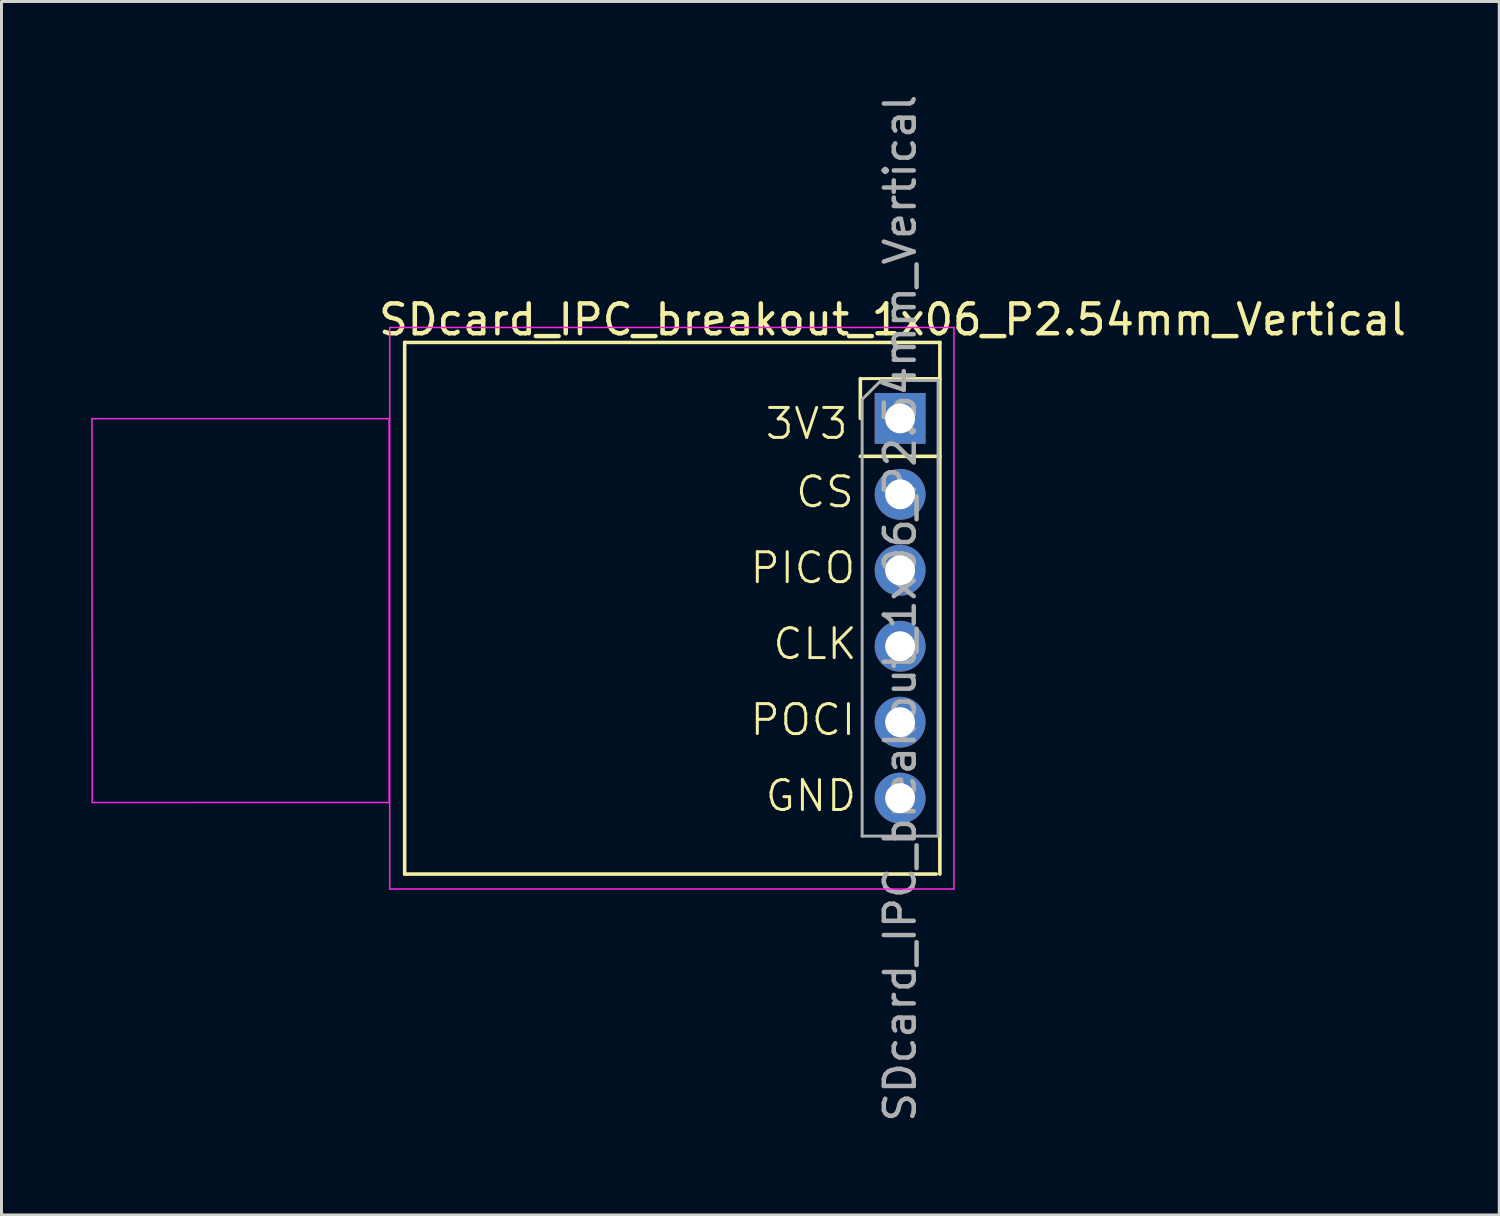
<source format=kicad_pcb>
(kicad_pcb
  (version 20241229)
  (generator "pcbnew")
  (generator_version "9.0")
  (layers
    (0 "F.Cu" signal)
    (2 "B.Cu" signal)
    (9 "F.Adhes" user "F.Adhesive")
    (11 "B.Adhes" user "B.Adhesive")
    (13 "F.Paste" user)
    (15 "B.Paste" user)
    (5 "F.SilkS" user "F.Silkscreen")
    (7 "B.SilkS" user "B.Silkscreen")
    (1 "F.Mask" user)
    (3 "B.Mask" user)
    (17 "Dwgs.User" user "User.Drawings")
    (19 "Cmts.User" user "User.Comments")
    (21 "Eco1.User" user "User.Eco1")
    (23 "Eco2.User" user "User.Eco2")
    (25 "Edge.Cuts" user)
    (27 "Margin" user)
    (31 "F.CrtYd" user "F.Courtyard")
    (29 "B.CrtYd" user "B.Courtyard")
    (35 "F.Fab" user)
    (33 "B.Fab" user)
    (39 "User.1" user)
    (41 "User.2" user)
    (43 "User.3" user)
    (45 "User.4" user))
  (footprint "SDcard_IPC_breakout_1x06_P2.54mm_Vertical"
    (layer "F.Cu")
    (at 27.053 10.942)
    (property "Reference" "SDcard_IPC_breakout_1x06_P2.54mm_Vertical" (at -0.254 -3.302 0) (layer "F.SilkS") (effects (font (size 1 1) (thickness 0.15))))
    (attr through_hole)
    (fp_line (start -16.57 -2.54) (end -16.57 15.24) (stroke (width 0.12) (type solid)) (layer "F.SilkS"))
    (fp_line (start -16.57 -2.54) (end 1.33 -2.54) (stroke (width 0.12) (type solid)) (layer "F.SilkS"))
    (fp_line (start -16.57 15.24) (end 1.21 15.24) (stroke (width 0.12) (type solid)) (layer "F.SilkS"))
    (fp_line (start -1.33 -1.33) (end 1.335 -1.334) (stroke (width 0.1) (type default)) (layer "F.SilkS"))
    (fp_line (start -1.33 0) (end -1.33 -1.33) (stroke (width 0.12) (type solid)) (layer "F.SilkS"))
    (fp_line (start -1.33 1.27) (end 1.33 1.27) (stroke (width 0.12) (type solid)) (layer "F.SilkS"))
    (fp_line (start 1.33 -2.54) (end 1.33 15.24) (stroke (width 0.12) (type solid)) (layer "F.SilkS"))
    (fp_line (start -27.028 0.009) (end -27.02 12.847) (stroke (width 0.05) (type default)) (layer "F.CrtYd"))
    (fp_line (start -27.011 12.847) (end -17.09 12.846) (stroke (width 0.05) (type default)) (layer "F.CrtYd"))
    (fp_line (start -17.09 0.009) (end -27.028 0.009) (stroke (width 0.05) (type default)) (layer "F.CrtYd"))
    (fp_line (start -17.09 0.009) (end -17.09 12.846) (stroke (width 0.05) (type default)) (layer "F.CrtYd"))
    (fp_line (start -17.07 -3.04) (end -17.07 15.74) (stroke (width 0.05) (type solid)) (layer "F.CrtYd"))
    (fp_line (start -17.07 -3.04) (end 1.8 -3.04) (stroke (width 0.05) (type default)) (layer "F.CrtYd"))
    (fp_line (start -17.07 15.74) (end 1.8 15.74) (stroke (width 0.05) (type default)) (layer "F.CrtYd"))
    (fp_line (start 1.8 15.74) (end 1.8 -3.04) (stroke (width 0.05) (type solid)) (layer "F.CrtYd"))
    (fp_line (start -1.27 -0.635) (end -0.635 -1.27) (stroke (width 0.1) (type solid)) (layer "F.Fab"))
    (fp_line (start -1.27 13.97) (end -1.27 -0.635) (stroke (width 0.1) (type solid)) (layer "F.Fab"))
    (fp_line (start -0.635 -1.27) (end 1.27 -1.27) (stroke (width 0.1) (type solid)) (layer "F.Fab"))
    (fp_line (start 1.27 -1.27) (end 1.27 13.97) (stroke (width 0.1) (type solid)) (layer "F.Fab"))
    (fp_line (start 1.27 13.97) (end -1.27 13.97) (stroke (width 0.1) (type solid)) (layer "F.Fab"))
    (fp_text user "PICO" (at -5.08 5.588 0) (unlocked yes) (layer "F.SilkS") (effects (font (size 1 1) (thickness 0.1)) (justify left bottom)))
    (fp_text user "CLK" (at -4.318 8.128 0) (unlocked yes) (layer "F.SilkS") (effects (font (size 1 1) (thickness 0.1)) (justify left bottom)))
    (fp_text user "POCI" (at -5.08 10.668 0) (unlocked yes) (layer "F.SilkS") (effects (font (size 1 1) (thickness 0.1)) (justify left bottom)))
    (fp_text user "GND" (at -4.572 13.208 0) (unlocked yes) (layer "F.SilkS") (effects (font (size 1 1) (thickness 0.1)) (justify left bottom)))
    (fp_text user "CS" (at -3.556 3.048 0) (unlocked yes) (layer "F.SilkS") (effects (font (size 1 1) (thickness 0.1)) (justify left bottom)))
    (fp_text user "3V3" (at -4.572 0.762 0) (unlocked yes) (layer "F.SilkS") (effects (font (size 1 1) (thickness 0.1)) (justify left bottom)))
    (fp_text user "${REFERENCE}" (at 0 6.35 90) (layer "F.Fab") (effects (font (size 1 1) (thickness 0.15))))
    (pad "1" thru_hole rect (at 0 0) (size 1.7 1.7) (drill 1) (layers "*.Cu" "*.Mask"))
    (pad "2" thru_hole oval (at 0 2.54) (size 1.7 1.7) (drill 1) (layers "*.Cu" "*.Mask"))
    (pad "3" thru_hole oval (at 0 5.08) (size 1.7 1.7) (drill 1) (layers "*.Cu" "*.Mask"))
    (pad "4" thru_hole oval (at 0 7.62) (size 1.7 1.7) (drill 1) (layers "*.Cu" "*.Mask"))
    (pad "5" thru_hole oval (at 0 10.16) (size 1.7 1.7) (drill 1) (layers "*.Cu" "*.Mask"))
    (pad "6" thru_hole oval (at 0 12.7) (size 1.7 1.7) (drill 1) (layers "*.Cu" "*.Mask")))
  (gr_rect
    (start -3 -3)
    (end 47.09 37.583)
    (stroke (width 0.1) (type default))
    (fill no)
    (layer "Edge.Cuts")))
</source>
